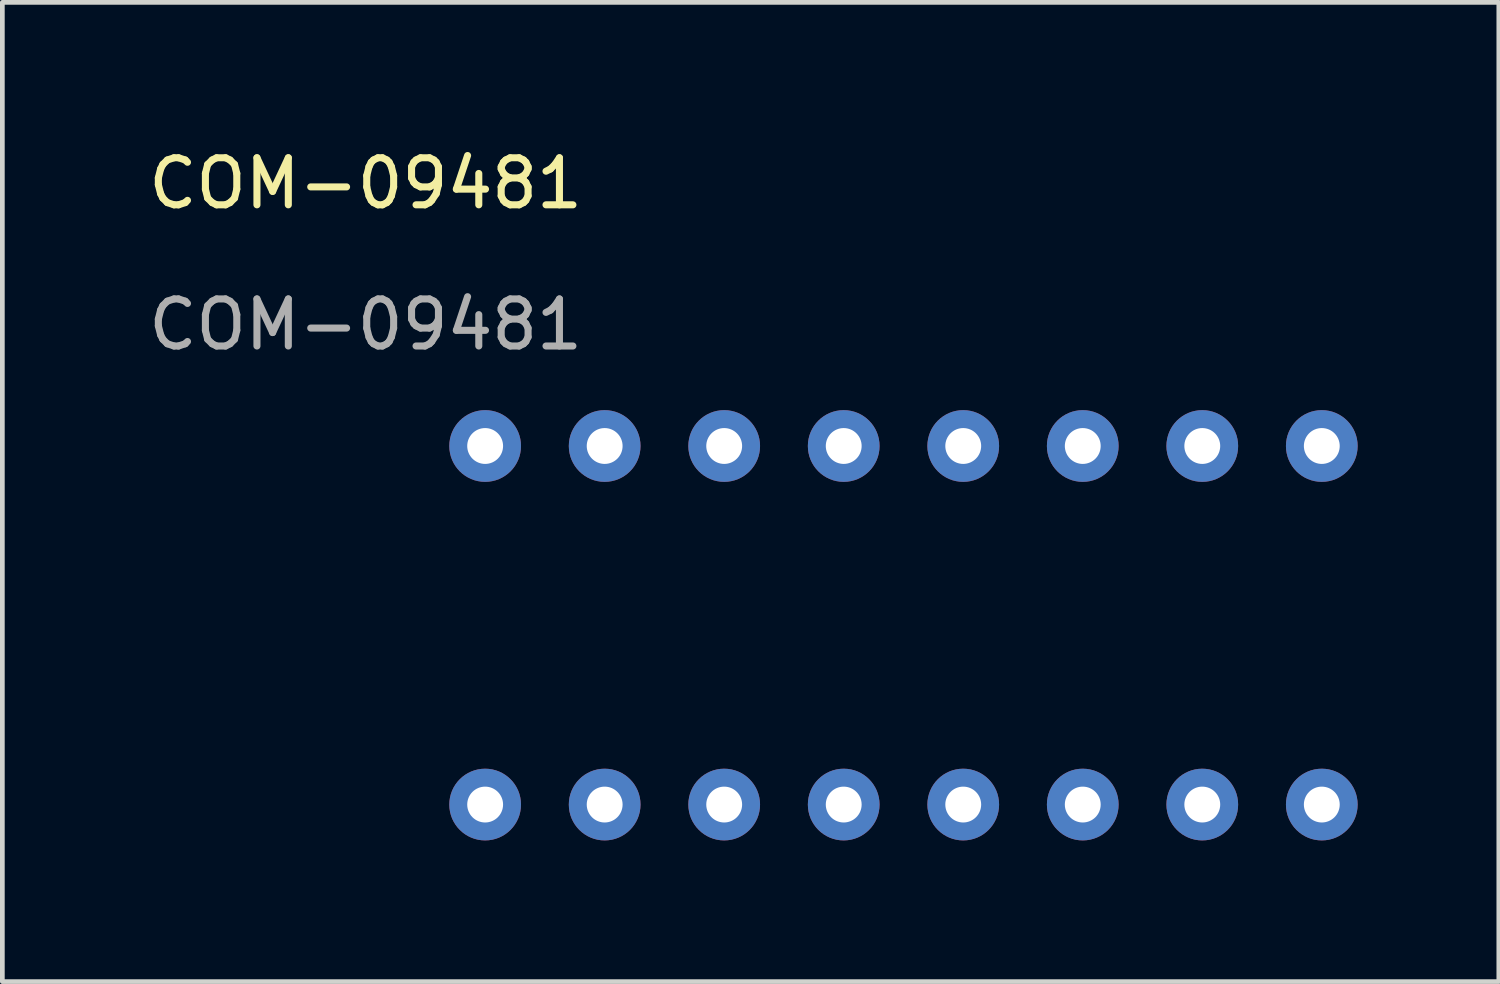
<source format=kicad_pcb>
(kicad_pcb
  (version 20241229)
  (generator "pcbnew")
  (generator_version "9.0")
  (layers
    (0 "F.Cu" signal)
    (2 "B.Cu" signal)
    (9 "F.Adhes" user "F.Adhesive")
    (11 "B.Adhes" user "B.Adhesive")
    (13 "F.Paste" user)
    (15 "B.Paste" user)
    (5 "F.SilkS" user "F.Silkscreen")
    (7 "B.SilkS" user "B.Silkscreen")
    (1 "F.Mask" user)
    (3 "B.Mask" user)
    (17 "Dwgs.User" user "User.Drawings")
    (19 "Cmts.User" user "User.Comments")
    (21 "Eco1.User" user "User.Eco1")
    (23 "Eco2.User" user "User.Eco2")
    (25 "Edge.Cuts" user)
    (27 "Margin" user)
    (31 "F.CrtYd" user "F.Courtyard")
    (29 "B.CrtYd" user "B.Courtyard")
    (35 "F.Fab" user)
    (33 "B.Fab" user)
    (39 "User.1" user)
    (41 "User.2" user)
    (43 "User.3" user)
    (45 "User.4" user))
  (footprint "COM-09481"
    (layer "F.Cu")
    (at 4.72 1.348)
    (property "Reference" "COM-09481" (at 0 -0.5 0) (unlocked yes) (layer "F.SilkS") (effects (font (size 1 1) (thickness 0.15))))
    (attr through_hole)
    (fp_text user "${REFERENCE}" (at 0 2.5 0) (unlocked yes) (layer "F.Fab") (effects (font (size 1 1) (thickness 0.15))))
    (pad "7" thru_hole circle (at 2.54 12.7) (size 1.524 1.524) (drill 0.762) (layers "*.Cu" "*.Mask"))
    (pad "8" thru_hole circle (at 5.08 12.7) (size 1.524 1.524) (drill 0.762) (layers "*.Cu" "*.Mask"))
    (pad "9" thru_hole circle (at 7.62 12.7) (size 1.524 1.524) (drill 0.762) (layers "*.Cu" "*.Mask"))
    (pad "10" thru_hole circle (at 10.16 12.7) (size 1.524 1.524) (drill 0.762) (layers "*.Cu" "*.Mask"))
    (pad "11" thru_hole circle (at 12.7 12.7) (size 1.524 1.524) (drill 0.762) (layers "*.Cu" "*.Mask"))
    (pad "12" thru_hole circle (at 15.24 12.7) (size 1.524 1.524) (drill 0.762) (layers "*.Cu" "*.Mask"))
    (pad "13" thru_hole circle (at 17.78 12.7) (size 1.524 1.524) (drill 0.762) (layers "*.Cu" "*.Mask"))
    (pad "14" thru_hole circle (at 20.32 12.7) (size 1.524 1.524) (drill 0.762) (layers "*.Cu" "*.Mask"))
    (pad "15" thru_hole circle (at 20.32 5.08) (size 1.524 1.524) (drill 0.762) (layers "*.Cu" "*.Mask"))
    (pad "16" thru_hole circle (at 17.78 5.08) (size 1.524 1.524) (drill 0.762) (layers "*.Cu" "*.Mask"))
    (pad "17" thru_hole circle (at 15.24 5.08) (size 1.524 1.524) (drill 0.762) (layers "*.Cu" "*.Mask"))
    (pad "18" thru_hole circle (at 12.7 5.08) (size 1.524 1.524) (drill 0.762) (layers "*.Cu" "*.Mask"))
    (pad "19" thru_hole circle (at 10.16 5.08) (size 1.524 1.524) (drill 0.762) (layers "*.Cu" "*.Mask"))
    (pad "20" thru_hole circle (at 7.62 5.08) (size 1.524 1.524) (drill 0.762) (layers "*.Cu" "*.Mask"))
    (pad "21" thru_hole circle (at 5.08 5.08) (size 1.524 1.524) (drill 0.762) (layers "*.Cu" "*.Mask"))
    (pad "22" thru_hole circle (at 2.54 5.08) (size 1.524 1.524) (drill 0.762) (layers "*.Cu" "*.Mask")))
  (gr_rect
    (start -3 -3)
    (end 28.802 17.81)
    (stroke (width 0.1) (type default))
    (fill no)
    (layer "Edge.Cuts")))
</source>
